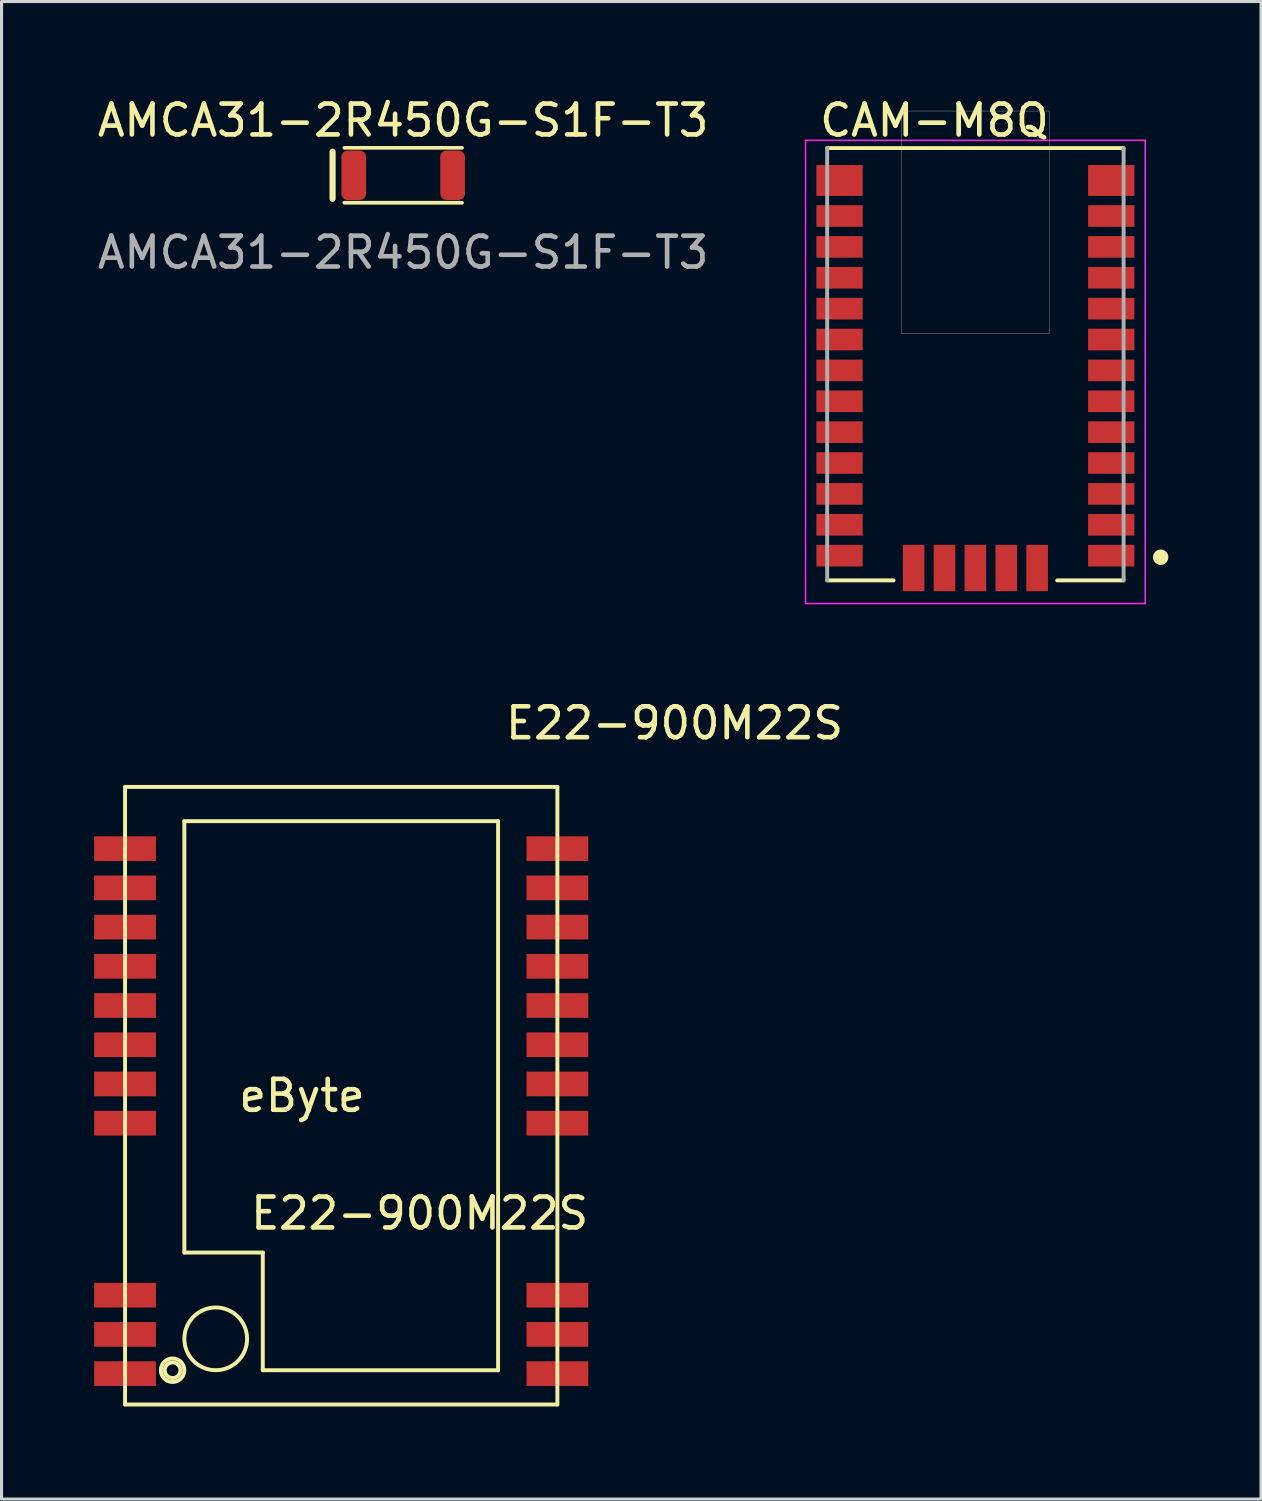
<source format=kicad_pcb>
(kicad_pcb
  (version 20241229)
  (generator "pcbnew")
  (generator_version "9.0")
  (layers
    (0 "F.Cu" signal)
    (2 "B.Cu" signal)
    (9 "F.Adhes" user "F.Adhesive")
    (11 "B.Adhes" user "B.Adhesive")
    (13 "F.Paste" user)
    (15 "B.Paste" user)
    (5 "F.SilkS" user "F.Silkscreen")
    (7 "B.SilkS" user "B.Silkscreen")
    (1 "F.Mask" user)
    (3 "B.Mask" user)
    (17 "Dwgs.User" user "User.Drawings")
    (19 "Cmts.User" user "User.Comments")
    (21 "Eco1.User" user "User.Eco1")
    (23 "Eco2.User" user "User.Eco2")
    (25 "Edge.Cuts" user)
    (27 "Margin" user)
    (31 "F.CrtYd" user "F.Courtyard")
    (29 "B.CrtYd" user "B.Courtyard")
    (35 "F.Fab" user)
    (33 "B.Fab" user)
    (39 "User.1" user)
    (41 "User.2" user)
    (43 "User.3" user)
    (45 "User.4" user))
  (footprint "E22-900M22S"
    (layer "F.Cu")
    (at 8 32.433)
    (property "Reference" "E22-900M22S" (at 10.795 -12.065 0) (layer "F.SilkS") (effects (font (size 1 1) (thickness 0.15))))
    (attr through_hole)
    (fp_line (start -7 -10) (end 7 -10) (stroke (width 0.127) (type solid)) (layer "F.SilkS"))
    (fp_line (start -7 10) (end -7 -10) (stroke (width 0.127) (type solid)) (layer "F.SilkS"))
    (fp_line (start -5.08 -8.89) (end 5.08 -8.89) (stroke (width 0.127) (type solid)) (layer "F.SilkS"))
    (fp_line (start -5.08 5.08) (end -5.08 -8.89) (stroke (width 0.127) (type solid)) (layer "F.SilkS"))
    (fp_line (start -2.54 5.08) (end -5.08 5.08) (stroke (width 0.127) (type solid)) (layer "F.SilkS"))
    (fp_line (start -2.54 8.89) (end -2.54 5.08) (stroke (width 0.127) (type solid)) (layer "F.SilkS"))
    (fp_line (start 5.08 -8.89) (end 5.08 8.89) (stroke (width 0.127) (type solid)) (layer "F.SilkS"))
    (fp_line (start 5.08 8.89) (end -2.54 8.89) (stroke (width 0.127) (type solid)) (layer "F.SilkS"))
    (fp_line (start 7 -10) (end 7 10) (stroke (width 0.127) (type solid)) (layer "F.SilkS"))
    (fp_line (start 7 10) (end -7 10) (stroke (width 0.127) (type solid)) (layer "F.SilkS"))
    (fp_circle (center -5.461 8.89) (end -5.207 8.89) (stroke (width 0.127) (type solid)) (fill no) (layer "F.SilkS"))
    (fp_circle (center -5.461 8.89) (end -5.08 8.89) (stroke (width 0.127) (type solid)) (fill no) (layer "F.SilkS"))
    (fp_circle (center -4.064 7.874) (end -3.048 7.874) (stroke (width 0.127) (type solid)) (fill no) (layer "F.SilkS"))
    (fp_text user "E22-900M22S" (at 2.54 3.81 0) (layer "F.SilkS") (effects (font (size 1 1) (thickness 0.15))))
    (fp_text user "eByte" (at -1.27 0 0) (layer "F.SilkS") (effects (font (size 1 1) (thickness 0.15))))
    (pad "1" smd rect (at 7 9) (size 2 0.8) (layers "F.Cu" "F.Mask" "F.Paste"))
    (pad "2" smd rect (at 7 7.73) (size 2 0.8) (layers "F.Cu" "F.Mask" "F.Paste"))
    (pad "3" smd rect (at 7 6.46) (size 2 0.8) (layers "F.Cu" "F.Mask" "F.Paste"))
    (pad "4" smd rect (at 7 0.89) (size 2 0.8) (layers "F.Cu" "F.Mask" "F.Paste"))
    (pad "5" smd rect (at 7 -0.38) (size 2 0.8) (layers "F.Cu" "F.Mask" "F.Paste"))
    (pad "6" smd rect (at 7 -1.65) (size 2 0.8) (layers "F.Cu" "F.Mask" "F.Paste"))
    (pad "7" smd rect (at 7 -2.92) (size 2 0.8) (layers "F.Cu" "F.Mask" "F.Paste"))
    (pad "8" smd rect (at 7 -4.19) (size 2 0.8) (layers "F.Cu" "F.Mask" "F.Paste"))
    (pad "9" smd rect (at 7 -5.46) (size 2 0.8) (layers "F.Cu" "F.Mask" "F.Paste"))
    (pad "10" smd rect (at 7 -6.73) (size 2 0.8) (layers "F.Cu" "F.Mask" "F.Paste"))
    (pad "11" smd rect (at 7 -8) (size 2 0.8) (layers "F.Cu" "F.Mask" "F.Paste"))
    (pad "12" smd rect (at -7 -8) (size 2 0.8) (layers "F.Cu" "F.Mask" "F.Paste"))
    (pad "13" smd rect (at -7 -6.73) (size 2 0.8) (layers "F.Cu" "F.Mask" "F.Paste"))
    (pad "14" smd rect (at -7 -5.46) (size 2 0.8) (layers "F.Cu" "F.Mask" "F.Paste"))
    (pad "15" smd rect (at -7 -4.19) (size 2 0.8) (layers "F.Cu" "F.Mask" "F.Paste"))
    (pad "16" smd rect (at -7 -2.92) (size 2 0.8) (layers "F.Cu" "F.Mask" "F.Paste"))
    (pad "17" smd rect (at -7 -1.65) (size 2 0.8) (layers "F.Cu" "F.Mask" "F.Paste"))
    (pad "18" smd rect (at -7 -0.38) (size 2 0.8) (layers "F.Cu" "F.Mask" "F.Paste"))
    (pad "19" smd rect (at -7 0.89) (size 2 0.8) (layers "F.Cu" "F.Mask" "F.Paste"))
    (pad "20" smd rect (at -7 6.46) (size 2 0.8) (layers "F.Cu" "F.Mask" "F.Paste"))
    (pad "21" smd rect (at -7 7.73) (size 2 0.8) (layers "F.Cu" "F.Mask" "F.Paste"))
    (pad "22" smd rect (at -7 9) (size 2 0.8) (layers "F.Cu" "F.Mask" "F.Paste")))
  (footprint "AMCA31-2R450G-S1F-T3"
    (layer "F.Cu")
    (at 10.006 2.626)
    (property "Reference" "AMCA31-2R450G-S1F-T3" (at 0 -1.778 0) (unlocked yes) (layer "F.SilkS") (effects (font (size 1 1) (thickness 0.15))))
    (attr smd)
    (fp_line (start -2.286 -0.762) (end -2.286 0.762) (stroke (width 0.2) (type solid)) (layer "F.SilkS"))
    (fp_line (start -1.905 -0.889) (end 1.905 -0.889) (stroke (width 0.12) (type solid)) (layer "F.SilkS"))
    (fp_line (start -1.905 0.889) (end 1.905 0.889) (stroke (width 0.12) (type solid)) (layer "F.SilkS"))
    (fp_text user "${REFERENCE}" (at 0 2.5 0) (unlocked yes) (layer "F.Fab") (effects (font (size 1 1) (thickness 0.15))))
    (pad "1" smd roundrect (at -1.6 0) (size 0.8 1.6) (layers "F.Cu" "F.Mask" "F.Paste") (roundrect_rratio 0.25))
    (pad "2" smd roundrect (at 1.6 0) (size 0.8 1.6) (layers "F.Cu" "F.Mask" "F.Paste") (roundrect_rratio 0.25)))
  (footprint "CAM-M8Q"
    (layer "F.Cu")
    (at 28.537 8.745)
    (property "Reference" "CAM-M8Q" (at -1.327 -7.896 0) (layer "F.SilkS") (effects (font (size 1.001 1.001) (thickness 0.15))))
    (attr through_hole)
    (fp_line (start -4.8 -7) (end 4.8 -7) (stroke (width 0.127) (type solid)) (layer "F.SilkS"))
    (fp_line (start -2.65 7) (end -4.8 7) (stroke (width 0.127) (type solid)) (layer "F.SilkS"))
    (fp_line (start 4.8 7) (end 2.65 7) (stroke (width 0.127) (type solid)) (layer "F.SilkS"))
    (fp_circle (center 6 6.25) (end 6.25 6.25) (stroke (width 0) (type solid)) (fill yes) (layer "F.SilkS"))
    (fp_poly (pts (xy -2.403 -8.2) (xy 2.4 -8.2) (xy 2.4 -1.001) (xy -2.403 -1.001)) (stroke (width 0.01) (type solid)) (fill no) (layer "Dwgs.User"))
    (fp_line (start -5.5 -7.25) (end 5.5 -7.25) (stroke (width 0.05) (type solid)) (layer "F.CrtYd"))
    (fp_line (start -5.5 7.75) (end -5.5 -7.25) (stroke (width 0.05) (type solid)) (layer "F.CrtYd"))
    (fp_line (start 5.5 -7.25) (end 5.5 7.75) (stroke (width 0.05) (type solid)) (layer "F.CrtYd"))
    (fp_line (start 5.5 7.75) (end -5.5 7.75) (stroke (width 0.05) (type solid)) (layer "F.CrtYd"))
    (fp_line (start -4.8 7) (end -4.8 -7) (stroke (width 0.127) (type solid)) (layer "F.Fab"))
    (fp_line (start 4.8 -7) (end 4.8 7) (stroke (width 0.127) (type solid)) (layer "F.Fab"))
    (pad "1" smd rect (at 4.4 6.2 180) (size 1.5 0.7) (layers "F.Cu" "F.Mask" "F.Paste"))
    (pad "2" smd rect (at 4.4 5.2 180) (size 1.5 0.7) (layers "F.Cu" "F.Mask" "F.Paste"))
    (pad "3" smd rect (at 4.4 4.2 180) (size 1.5 0.7) (layers "F.Cu" "F.Mask" "F.Paste"))
    (pad "4" smd rect (at 4.4 3.2 180) (size 1.5 0.7) (layers "F.Cu" "F.Mask" "F.Paste"))
    (pad "5" smd rect (at 4.4 2.2 180) (size 1.5 0.7) (layers "F.Cu" "F.Mask" "F.Paste"))
    (pad "6" smd rect (at 4.4 1.2 180) (size 1.5 0.7) (layers "F.Cu" "F.Mask" "F.Paste"))
    (pad "7" smd rect (at 4.4 0.2 180) (size 1.5 0.7) (layers "F.Cu" "F.Mask" "F.Paste"))
    (pad "8" smd rect (at 4.4 -0.8 180) (size 1.5 0.7) (layers "F.Cu" "F.Mask" "F.Paste"))
    (pad "9" smd rect (at 4.4 -1.8 180) (size 1.5 0.7) (layers "F.Cu" "F.Mask" "F.Paste"))
    (pad "10" smd rect (at 4.4 -2.8 180) (size 1.5 0.7) (layers "F.Cu" "F.Mask" "F.Paste"))
    (pad "11" smd rect (at 4.4 -3.8 180) (size 1.5 0.7) (layers "F.Cu" "F.Mask" "F.Paste"))
    (pad "12" smd rect (at 4.4 -4.8 180) (size 1.5 0.7) (layers "F.Cu" "F.Mask" "F.Paste"))
    (pad "13" smd rect (at 4.4 -5.95 180) (size 1.5 1) (layers "F.Cu" "F.Mask" "F.Paste"))
    (pad "14" smd rect (at -4.4 -5.95 180) (size 1.5 1) (layers "F.Cu" "F.Mask" "F.Paste"))
    (pad "15" smd rect (at -4.4 -4.8 180) (size 1.5 0.7) (layers "F.Cu" "F.Mask" "F.Paste"))
    (pad "16" smd rect (at -4.4 -3.8 180) (size 1.5 0.7) (layers "F.Cu" "F.Mask" "F.Paste"))
    (pad "17" smd rect (at -4.4 -2.8 180) (size 1.5 0.7) (layers "F.Cu" "F.Mask" "F.Paste"))
    (pad "18" smd rect (at -4.4 -1.8 180) (size 1.5 0.7) (layers "F.Cu" "F.Mask" "F.Paste"))
    (pad "19" smd rect (at -4.4 -0.8 180) (size 1.5 0.7) (layers "F.Cu" "F.Mask" "F.Paste"))
    (pad "20" smd rect (at -4.4 0.2 180) (size 1.5 0.7) (layers "F.Cu" "F.Mask" "F.Paste"))
    (pad "21" smd rect (at -4.4 1.2 180) (size 1.5 0.7) (layers "F.Cu" "F.Mask" "F.Paste"))
    (pad "22" smd rect (at -4.4 2.2 180) (size 1.5 0.7) (layers "F.Cu" "F.Mask" "F.Paste"))
    (pad "23" smd rect (at -4.4 3.2 180) (size 1.5 0.7) (layers "F.Cu" "F.Mask" "F.Paste"))
    (pad "24" smd rect (at -4.4 4.2 180) (size 1.5 0.7) (layers "F.Cu" "F.Mask" "F.Paste"))
    (pad "25" smd rect (at -4.4 5.2 180) (size 1.5 0.7) (layers "F.Cu" "F.Mask" "F.Paste"))
    (pad "26" smd rect (at -4.4 6.2 180) (size 1.5 0.7) (layers "F.Cu" "F.Mask" "F.Paste"))
    (pad "27" smd rect (at -2 6.6 90) (size 1.5 0.7) (layers "F.Cu" "F.Mask" "F.Paste"))
    (pad "28" smd rect (at -1 6.6 90) (size 1.5 0.7) (layers "F.Cu" "F.Mask" "F.Paste"))
    (pad "29" smd rect (at 0 6.6 90) (size 1.5 0.7) (layers "F.Cu" "F.Mask" "F.Paste"))
    (pad "30" smd rect (at 1 6.6 90) (size 1.5 0.7) (layers "F.Cu" "F.Mask" "F.Paste"))
    (pad "31" smd rect (at 2 6.6 90) (size 1.5 0.7) (layers "F.Cu" "F.Mask" "F.Paste")))
  (gr_rect
    (start -3 -3)
    (end 37.787 45.496)
    (stroke (width 0.1) (type default))
    (fill no)
    (layer "Edge.Cuts")))
</source>
